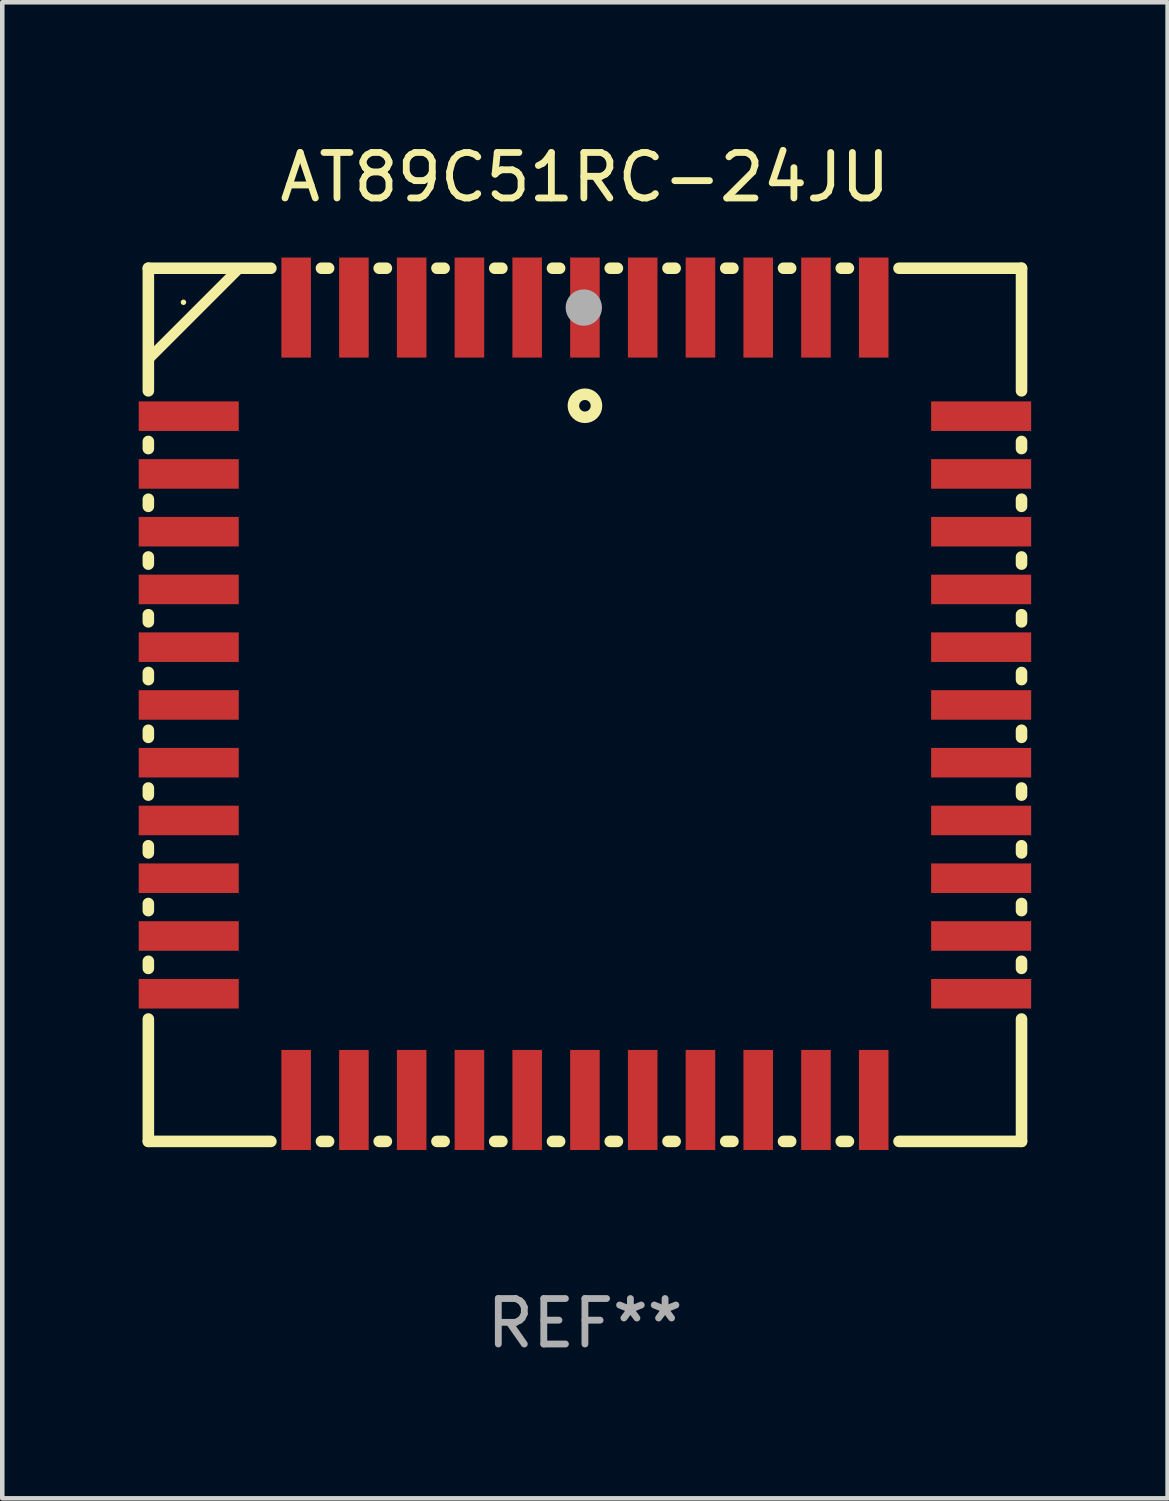
<source format=kicad_pcb>
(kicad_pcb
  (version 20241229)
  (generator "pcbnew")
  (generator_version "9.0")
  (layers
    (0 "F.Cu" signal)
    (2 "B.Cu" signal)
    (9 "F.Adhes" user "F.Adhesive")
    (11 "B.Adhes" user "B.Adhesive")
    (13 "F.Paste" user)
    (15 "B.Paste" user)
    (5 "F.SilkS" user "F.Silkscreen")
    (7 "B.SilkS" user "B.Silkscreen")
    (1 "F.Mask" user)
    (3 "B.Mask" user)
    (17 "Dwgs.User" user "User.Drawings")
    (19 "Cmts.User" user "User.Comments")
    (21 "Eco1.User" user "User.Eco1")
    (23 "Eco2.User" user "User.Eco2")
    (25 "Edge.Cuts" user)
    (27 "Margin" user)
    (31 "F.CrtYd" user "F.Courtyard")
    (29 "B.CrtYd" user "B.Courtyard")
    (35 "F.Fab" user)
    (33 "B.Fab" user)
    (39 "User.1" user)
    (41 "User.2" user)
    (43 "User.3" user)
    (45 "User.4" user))
  (footprint "AT89C51RC-24JU"
    (layer "F.Cu")
    (at 9.812 12.448)
    (property "Reference" "AT89C51RC-24JU" (at 0 -11.6 0) (layer "F.SilkS") (effects (font (size 1 1) (thickness 0.15))))
    (attr through_hole)
    (fp_line (start -9.6 -9.6) (end -6.906 -9.6) (stroke (width 0.254) (type solid)) (layer "F.SilkS"))
    (fp_line (start -9.6 -6.904) (end -9.6 -9.6) (stroke (width 0.254) (type solid)) (layer "F.SilkS"))
    (fp_line (start -9.6 -5.634) (end -9.6 -5.791) (stroke (width 0.254) (type solid)) (layer "F.SilkS"))
    (fp_line (start -9.6 -4.364) (end -9.6 -4.521) (stroke (width 0.254) (type solid)) (layer "F.SilkS"))
    (fp_line (start -9.6 -3.094) (end -9.6 -3.251) (stroke (width 0.254) (type solid)) (layer "F.SilkS"))
    (fp_line (start -9.6 -1.824) (end -9.6 -1.981) (stroke (width 0.254) (type solid)) (layer "F.SilkS"))
    (fp_line (start -9.6 -0.554) (end -9.6 -0.711) (stroke (width 0.254) (type solid)) (layer "F.SilkS"))
    (fp_line (start -9.6 0.716) (end -9.6 0.559) (stroke (width 0.254) (type solid)) (layer "F.SilkS"))
    (fp_line (start -9.6 1.986) (end -9.6 1.829) (stroke (width 0.254) (type solid)) (layer "F.SilkS"))
    (fp_line (start -9.6 3.256) (end -9.6 3.099) (stroke (width 0.254) (type solid)) (layer "F.SilkS"))
    (fp_line (start -9.6 4.526) (end -9.6 4.369) (stroke (width 0.254) (type solid)) (layer "F.SilkS"))
    (fp_line (start -9.6 5.796) (end -9.6 5.639) (stroke (width 0.254) (type solid)) (layer "F.SilkS"))
    (fp_line (start -9.6 9.6) (end -9.6 6.909) (stroke (width 0.254) (type solid)) (layer "F.SilkS"))
    (fp_line (start -7.6 -9.6) (end -9.6 -7.6) (stroke (width 0.229) (type solid)) (layer "F.SilkS"))
    (fp_line (start -6.906 9.6) (end -9.6 9.6) (stroke (width 0.254) (type solid)) (layer "F.SilkS"))
    (fp_line (start -5.794 -9.6) (end -5.636 -9.6) (stroke (width 0.254) (type solid)) (layer "F.SilkS"))
    (fp_line (start -5.636 9.6) (end -5.794 9.6) (stroke (width 0.254) (type solid)) (layer "F.SilkS"))
    (fp_line (start -4.524 -9.6) (end -4.366 -9.6) (stroke (width 0.254) (type solid)) (layer "F.SilkS"))
    (fp_line (start -4.366 9.6) (end -4.524 9.6) (stroke (width 0.254) (type solid)) (layer "F.SilkS"))
    (fp_line (start -3.254 -9.6) (end -3.096 -9.6) (stroke (width 0.254) (type solid)) (layer "F.SilkS"))
    (fp_line (start -3.096 9.6) (end -3.254 9.6) (stroke (width 0.254) (type solid)) (layer "F.SilkS"))
    (fp_line (start -1.984 -9.6) (end -1.826 -9.6) (stroke (width 0.254) (type solid)) (layer "F.SilkS"))
    (fp_line (start -1.826 9.6) (end -1.984 9.6) (stroke (width 0.254) (type solid)) (layer "F.SilkS"))
    (fp_line (start -0.714 -9.6) (end -0.556 -9.6) (stroke (width 0.254) (type solid)) (layer "F.SilkS"))
    (fp_line (start -0.556 9.6) (end -0.714 9.6) (stroke (width 0.254) (type solid)) (layer "F.SilkS"))
    (fp_line (start 0.556 -9.6) (end 0.714 -9.6) (stroke (width 0.254) (type solid)) (layer "F.SilkS"))
    (fp_line (start 0.714 9.6) (end 0.556 9.6) (stroke (width 0.254) (type solid)) (layer "F.SilkS"))
    (fp_line (start 1.826 -9.6) (end 1.984 -9.6) (stroke (width 0.254) (type solid)) (layer "F.SilkS"))
    (fp_line (start 1.984 9.6) (end 1.826 9.6) (stroke (width 0.254) (type solid)) (layer "F.SilkS"))
    (fp_line (start 3.096 -9.6) (end 3.254 -9.6) (stroke (width 0.254) (type solid)) (layer "F.SilkS"))
    (fp_line (start 3.254 9.6) (end 3.096 9.6) (stroke (width 0.254) (type solid)) (layer "F.SilkS"))
    (fp_line (start 4.366 -9.6) (end 4.524 -9.6) (stroke (width 0.254) (type solid)) (layer "F.SilkS"))
    (fp_line (start 4.524 9.6) (end 4.366 9.6) (stroke (width 0.254) (type solid)) (layer "F.SilkS"))
    (fp_line (start 5.636 -9.6) (end 5.794 -9.6) (stroke (width 0.254) (type solid)) (layer "F.SilkS"))
    (fp_line (start 5.794 9.6) (end 5.636 9.6) (stroke (width 0.254) (type solid)) (layer "F.SilkS"))
    (fp_line (start 6.906 -9.6) (end 9.6 -9.6) (stroke (width 0.254) (type solid)) (layer "F.SilkS"))
    (fp_line (start 9.6 -6.904) (end 9.6 -9.6) (stroke (width 0.254) (type solid)) (layer "F.SilkS"))
    (fp_line (start 9.6 -5.634) (end 9.6 -5.791) (stroke (width 0.254) (type solid)) (layer "F.SilkS"))
    (fp_line (start 9.6 -4.364) (end 9.6 -4.521) (stroke (width 0.254) (type solid)) (layer "F.SilkS"))
    (fp_line (start 9.6 -3.094) (end 9.6 -3.251) (stroke (width 0.254) (type solid)) (layer "F.SilkS"))
    (fp_line (start 9.6 -1.824) (end 9.6 -1.981) (stroke (width 0.254) (type solid)) (layer "F.SilkS"))
    (fp_line (start 9.6 -0.554) (end 9.6 -0.711) (stroke (width 0.254) (type solid)) (layer "F.SilkS"))
    (fp_line (start 9.6 0.716) (end 9.6 0.559) (stroke (width 0.254) (type solid)) (layer "F.SilkS"))
    (fp_line (start 9.6 1.986) (end 9.6 1.829) (stroke (width 0.254) (type solid)) (layer "F.SilkS"))
    (fp_line (start 9.6 3.256) (end 9.6 3.099) (stroke (width 0.254) (type solid)) (layer "F.SilkS"))
    (fp_line (start 9.6 4.526) (end 9.6 4.369) (stroke (width 0.254) (type solid)) (layer "F.SilkS"))
    (fp_line (start 9.6 5.796) (end 9.6 5.639) (stroke (width 0.254) (type solid)) (layer "F.SilkS"))
    (fp_line (start 9.6 9.6) (end 6.906 9.6) (stroke (width 0.254) (type solid)) (layer "F.SilkS"))
    (fp_line (start 9.6 9.6) (end 9.6 6.909) (stroke (width 0.254) (type solid)) (layer "F.SilkS"))
    (fp_line (start 9.6 9.6) (end 9.6 8.352) (stroke (width 0.229) (type solid)) (layer "F.SilkS"))
    (fp_circle (center -8.828 -8.851) (end -8.798 -8.851) (stroke (width 0.06) (type solid)) (fill no) (layer "F.SilkS"))
    (fp_circle (center 0 -6.576) (end 0.254 -6.576) (stroke (width 0.254) (type solid)) (fill no) (layer "F.SilkS"))
    (fp_circle (center -0.025 -8.735) (end 0.175 -8.735) (stroke (width 0.4) (type solid)) (fill no) (layer "F.Fab"))
    (fp_text user "REF**" (at 0 13.6 0) (layer "F.Fab") (effects (font (size 1 1) (thickness 0.15))))
    (pad "1" smd rect (at 0 -8.735 180) (size 0.65 2.2) (layers "F.Cu" "F.Mask" "F.Paste"))
    (pad "2" smd rect (at -1.27 -8.735 180) (size 0.65 2.2) (layers "F.Cu" "F.Mask" "F.Paste"))
    (pad "3" smd rect (at -2.54 -8.735 180) (size 0.65 2.2) (layers "F.Cu" "F.Mask" "F.Paste"))
    (pad "4" smd rect (at -3.81 -8.735 180) (size 0.65 2.2) (layers "F.Cu" "F.Mask" "F.Paste"))
    (pad "5" smd rect (at -5.08 -8.735 180) (size 0.65 2.2) (layers "F.Cu" "F.Mask" "F.Paste"))
    (pad "6" smd rect (at -6.35 -8.735 180) (size 0.65 2.2) (layers "F.Cu" "F.Mask" "F.Paste"))
    (pad "7" smd rect (at -8.712 -6.347 180) (size 2.2 0.65) (layers "F.Cu" "F.Mask" "F.Paste"))
    (pad "8" smd rect (at -8.712 -5.077 180) (size 2.2 0.65) (layers "F.Cu" "F.Mask" "F.Paste"))
    (pad "9" smd rect (at -8.712 -3.807 180) (size 2.2 0.65) (layers "F.Cu" "F.Mask" "F.Paste"))
    (pad "10" smd rect (at -8.712 -2.537 180) (size 2.2 0.65) (layers "F.Cu" "F.Mask" "F.Paste"))
    (pad "11" smd rect (at -8.712 -1.267 180) (size 2.2 0.65) (layers "F.Cu" "F.Mask" "F.Paste"))
    (pad "12" smd rect (at -8.712 0.003 180) (size 2.2 0.65) (layers "F.Cu" "F.Mask" "F.Paste"))
    (pad "13" smd rect (at -8.712 1.273 180) (size 2.2 0.65) (layers "F.Cu" "F.Mask" "F.Paste"))
    (pad "14" smd rect (at -8.712 2.543 180) (size 2.2 0.65) (layers "F.Cu" "F.Mask" "F.Paste"))
    (pad "15" smd rect (at -8.712 3.813 180) (size 2.2 0.65) (layers "F.Cu" "F.Mask" "F.Paste"))
    (pad "16" smd rect (at -8.712 5.083 180) (size 2.2 0.65) (layers "F.Cu" "F.Mask" "F.Paste"))
    (pad "17" smd rect (at -8.712 6.353 180) (size 2.2 0.65) (layers "F.Cu" "F.Mask" "F.Paste"))
    (pad "18" smd rect (at -6.35 8.689 180) (size 0.65 2.2) (layers "F.Cu" "F.Mask" "F.Paste"))
    (pad "19" smd rect (at -5.08 8.689 180) (size 0.65 2.2) (layers "F.Cu" "F.Mask" "F.Paste"))
    (pad "20" smd rect (at -3.81 8.689 180) (size 0.65 2.2) (layers "F.Cu" "F.Mask" "F.Paste"))
    (pad "21" smd rect (at -2.54 8.689 180) (size 0.65 2.2) (layers "F.Cu" "F.Mask" "F.Paste"))
    (pad "22" smd rect (at -1.27 8.689 180) (size 0.65 2.2) (layers "F.Cu" "F.Mask" "F.Paste"))
    (pad "23" smd rect (at 0 8.689 180) (size 0.65 2.2) (layers "F.Cu" "F.Mask" "F.Paste"))
    (pad "24" smd rect (at 1.27 8.689 180) (size 0.65 2.2) (layers "F.Cu" "F.Mask" "F.Paste"))
    (pad "25" smd rect (at 2.54 8.689 180) (size 0.65 2.2) (layers "F.Cu" "F.Mask" "F.Paste"))
    (pad "26" smd rect (at 3.81 8.689 180) (size 0.65 2.2) (layers "F.Cu" "F.Mask" "F.Paste"))
    (pad "27" smd rect (at 5.08 8.689 180) (size 0.65 2.2) (layers "F.Cu" "F.Mask" "F.Paste"))
    (pad "28" smd rect (at 6.35 8.689 180) (size 0.65 2.2) (layers "F.Cu" "F.Mask" "F.Paste"))
    (pad "29" smd rect (at 8.712 6.353 180) (size 2.2 0.65) (layers "F.Cu" "F.Mask" "F.Paste"))
    (pad "30" smd rect (at 8.712 5.083 180) (size 2.2 0.65) (layers "F.Cu" "F.Mask" "F.Paste"))
    (pad "31" smd rect (at 8.712 3.813 180) (size 2.2 0.65) (layers "F.Cu" "F.Mask" "F.Paste"))
    (pad "32" smd rect (at 8.712 2.543 180) (size 2.2 0.65) (layers "F.Cu" "F.Mask" "F.Paste"))
    (pad "33" smd rect (at 8.712 1.273 180) (size 2.2 0.65) (layers "F.Cu" "F.Mask" "F.Paste"))
    (pad "34" smd rect (at 8.712 0.003 180) (size 2.2 0.65) (layers "F.Cu" "F.Mask" "F.Paste"))
    (pad "35" smd rect (at 8.712 -1.267 180) (size 2.2 0.65) (layers "F.Cu" "F.Mask" "F.Paste"))
    (pad "36" smd rect (at 8.712 -2.537 180) (size 2.2 0.65) (layers "F.Cu" "F.Mask" "F.Paste"))
    (pad "37" smd rect (at 8.712 -3.807 180) (size 2.2 0.65) (layers "F.Cu" "F.Mask" "F.Paste"))
    (pad "38" smd rect (at 8.712 -5.077 180) (size 2.2 0.65) (layers "F.Cu" "F.Mask" "F.Paste"))
    (pad "39" smd rect (at 8.712 -6.347 180) (size 2.2 0.65) (layers "F.Cu" "F.Mask" "F.Paste"))
    (pad "40" smd rect (at 6.35 -8.735 180) (size 0.65 2.2) (layers "F.Cu" "F.Mask" "F.Paste"))
    (pad "41" smd rect (at 5.08 -8.735 180) (size 0.65 2.2) (layers "F.Cu" "F.Mask" "F.Paste"))
    (pad "42" smd rect (at 3.81 -8.735 180) (size 0.65 2.2) (layers "F.Cu" "F.Mask" "F.Paste"))
    (pad "43" smd rect (at 2.54 -8.735 180) (size 0.65 2.2) (layers "F.Cu" "F.Mask" "F.Paste"))
    (pad "44" smd rect (at 1.27 -8.735 180) (size 0.65 2.2) (layers "F.Cu" "F.Mask" "F.Paste")))
  (gr_rect
    (start -3 -3)
    (end 22.624 29.897)
    (stroke (width 0.1) (type default))
    (fill no)
    (layer "Edge.Cuts")))
</source>
